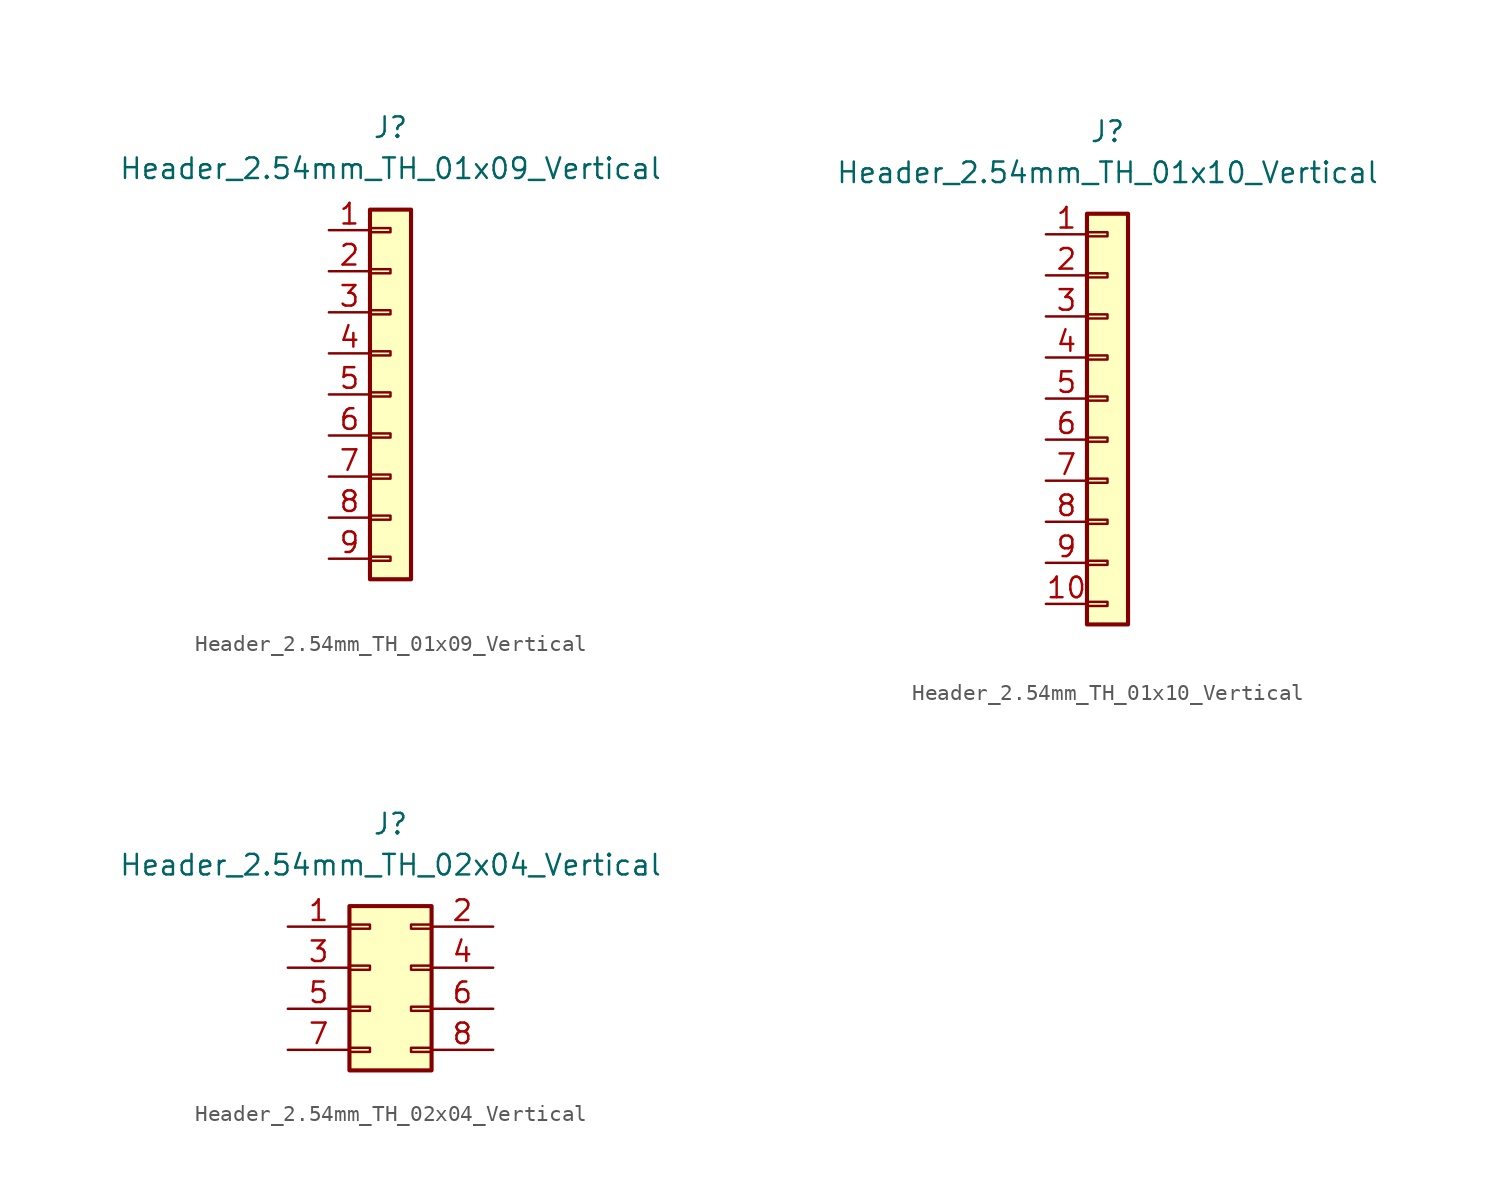
<source format=kicad_sym>
(kicad_symbol_lib
  (version 20211014)
  (generator kicad_symbol_editor)
  (symbol "Header_2.54mm_TH_01x09_Vertical"
    (pin_names
      (offset 1.27) hide)
    (property "Reference" "J"
      (at 0 16.51 0)
      (effects (font (size 1.27 1.27))))
    (property "Value" "Header_2.54mm_TH_01x09_Vertical"
      (at 0 13.97 0)
      (effects (font (size 1.27 1.27))))
    (symbol "Header_2.54mm_TH_01x09_Vertical_1_1"
      (rectangle (start -1.27 -10.033) (end 0 -10.287) (stroke (width 0.152) (type default) (color 0 0 0 0)) (fill (type none)))
      (rectangle (start -1.27 -7.493) (end 0 -7.747) (stroke (width 0.152) (type default) (color 0 0 0 0)) (fill (type none)))
      (rectangle (start -1.27 -4.953) (end 0 -5.207) (stroke (width 0.152) (type default) (color 0 0 0 0)) (fill (type none)))
      (rectangle (start -1.27 -2.413) (end 0 -2.667) (stroke (width 0.152) (type default) (color 0 0 0 0)) (fill (type none)))
      (rectangle (start -1.27 0.127) (end 0 -0.127) (stroke (width 0.152) (type default) (color 0 0 0 0)) (fill (type none)))
      (rectangle (start -1.27 2.667) (end 0 2.413) (stroke (width 0.152) (type default) (color 0 0 0 0)) (fill (type none)))
      (rectangle (start -1.27 5.207) (end 0 4.953) (stroke (width 0.152) (type default) (color 0 0 0 0)) (fill (type none)))
      (rectangle (start -1.27 7.747) (end 0 7.493) (stroke (width 0.152) (type default) (color 0 0 0 0)) (fill (type none)))
      (rectangle (start -1.27 10.287) (end 0 10.033) (stroke (width 0.152) (type default) (color 0 0 0 0)) (fill (type none)))
      (rectangle (start -1.27 11.43) (end 1.27 -11.43) (stroke (width 0.254) (type default) (color 0 0 0 0)) (fill (type background)))
      (pin passive line (at -3.81 10.16 0) (length 2.54) (name "Pin_1" (effects (font (size 1.27 1.27)))) (number "1" (effects (font (size 1.27 1.27)))))
      (pin passive line (at -3.81 7.62 0) (length 2.54) (name "Pin_2" (effects (font (size 1.27 1.27)))) (number "2" (effects (font (size 1.27 1.27)))))
      (pin passive line (at -3.81 5.08 0) (length 2.54) (name "Pin_3" (effects (font (size 1.27 1.27)))) (number "3" (effects (font (size 1.27 1.27)))))
      (pin passive line (at -3.81 2.54 0) (length 2.54) (name "Pin_4" (effects (font (size 1.27 1.27)))) (number "4" (effects (font (size 1.27 1.27)))))
      (pin passive line (at -3.81 0 0) (length 2.54) (name "Pin_5" (effects (font (size 1.27 1.27)))) (number "5" (effects (font (size 1.27 1.27)))))
      (pin passive line (at -3.81 -2.54 0) (length 2.54) (name "Pin_6" (effects (font (size 1.27 1.27)))) (number "6" (effects (font (size 1.27 1.27)))))
      (pin passive line (at -3.81 -5.08 0) (length 2.54) (name "Pin_7" (effects (font (size 1.27 1.27)))) (number "7" (effects (font (size 1.27 1.27)))))
      (pin passive line (at -3.81 -7.62 0) (length 2.54) (name "Pin_8" (effects (font (size 1.27 1.27)))) (number "8" (effects (font (size 1.27 1.27)))))
      (pin passive line (at -3.81 -10.16 0) (length 2.54) (name "Pin_9" (effects (font (size 1.27 1.27)))) (number "9" (effects (font (size 1.27 1.27)))))))
  (symbol "Header_2.54mm_TH_01x10_Vertical"
    (pin_names
      (offset 1.27) hide)
    (property "Reference" "J"
      (at 0 17.78 0)
      (effects (font (size 1.27 1.27))))
    (property "Value" "Header_2.54mm_TH_01x10_Vertical"
      (at 0 15.24 0)
      (effects (font (size 1.27 1.27))))
    (symbol "Header_2.54mm_TH_01x10_Vertical_1_1"
      (rectangle (start -1.27 -11.303) (end 0 -11.557) (stroke (width 0.152) (type default) (color 0 0 0 0)) (fill (type none)))
      (rectangle (start -1.27 -8.763) (end 0 -9.017) (stroke (width 0.152) (type default) (color 0 0 0 0)) (fill (type none)))
      (rectangle (start -1.27 -6.223) (end 0 -6.477) (stroke (width 0.152) (type default) (color 0 0 0 0)) (fill (type none)))
      (rectangle (start -1.27 -3.683) (end 0 -3.937) (stroke (width 0.152) (type default) (color 0 0 0 0)) (fill (type none)))
      (rectangle (start -1.27 -1.143) (end 0 -1.397) (stroke (width 0.152) (type default) (color 0 0 0 0)) (fill (type none)))
      (rectangle (start -1.27 1.397) (end 0 1.143) (stroke (width 0.152) (type default) (color 0 0 0 0)) (fill (type none)))
      (rectangle (start -1.27 3.937) (end 0 3.683) (stroke (width 0.152) (type default) (color 0 0 0 0)) (fill (type none)))
      (rectangle (start -1.27 6.477) (end 0 6.223) (stroke (width 0.152) (type default) (color 0 0 0 0)) (fill (type none)))
      (rectangle (start -1.27 9.017) (end 0 8.763) (stroke (width 0.152) (type default) (color 0 0 0 0)) (fill (type none)))
      (rectangle (start -1.27 11.557) (end 0 11.303) (stroke (width 0.152) (type default) (color 0 0 0 0)) (fill (type none)))
      (rectangle (start -1.27 12.7) (end 1.27 -12.7) (stroke (width 0.254) (type default) (color 0 0 0 0)) (fill (type background)))
      (pin passive line (at -3.81 11.43 0) (length 2.54) (name "Pin_1" (effects (font (size 1.27 1.27)))) (number "1" (effects (font (size 1.27 1.27)))))
      (pin passive line (at -3.81 -11.43 0) (length 2.54) (name "Pin_10" (effects (font (size 1.27 1.27)))) (number "10" (effects (font (size 1.27 1.27)))))
      (pin passive line (at -3.81 8.89 0) (length 2.54) (name "Pin_2" (effects (font (size 1.27 1.27)))) (number "2" (effects (font (size 1.27 1.27)))))
      (pin passive line (at -3.81 6.35 0) (length 2.54) (name "Pin_3" (effects (font (size 1.27 1.27)))) (number "3" (effects (font (size 1.27 1.27)))))
      (pin passive line (at -3.81 3.81 0) (length 2.54) (name "Pin_4" (effects (font (size 1.27 1.27)))) (number "4" (effects (font (size 1.27 1.27)))))
      (pin passive line (at -3.81 1.27 0) (length 2.54) (name "Pin_5" (effects (font (size 1.27 1.27)))) (number "5" (effects (font (size 1.27 1.27)))))
      (pin passive line (at -3.81 -1.27 0) (length 2.54) (name "Pin_6" (effects (font (size 1.27 1.27)))) (number "6" (effects (font (size 1.27 1.27)))))
      (pin passive line (at -3.81 -3.81 0) (length 2.54) (name "Pin_7" (effects (font (size 1.27 1.27)))) (number "7" (effects (font (size 1.27 1.27)))))
      (pin passive line (at -3.81 -6.35 0) (length 2.54) (name "Pin_8" (effects (font (size 1.27 1.27)))) (number "8" (effects (font (size 1.27 1.27)))))
      (pin passive line (at -3.81 -8.89 0) (length 2.54) (name "Pin_9" (effects (font (size 1.27 1.27)))) (number "9" (effects (font (size 1.27 1.27)))))))
  (symbol "Header_2.54mm_TH_02x04_Vertical"
    (pin_names
      (offset 1.27) hide)
    (property "Reference" "J"
      (at 0 10.16 0)
      (effects (font (size 1.27 1.27))))
    (property "Value" "Header_2.54mm_TH_02x04_Vertical"
      (at 0 7.62 0)
      (effects (font (size 1.27 1.27))))
    (symbol "Header_2.54mm_TH_02x04_Vertical_1_1"
      (rectangle (start -2.54 -3.683) (end -1.27 -3.937) (stroke (width 0.152) (type default) (color 0 0 0 0)) (fill (type none)))
      (rectangle (start -2.54 -1.143) (end -1.27 -1.397) (stroke (width 0.152) (type default) (color 0 0 0 0)) (fill (type none)))
      (rectangle (start -2.54 1.397) (end -1.27 1.143) (stroke (width 0.152) (type default) (color 0 0 0 0)) (fill (type none)))
      (rectangle (start -2.54 3.937) (end -1.27 3.683) (stroke (width 0.152) (type default) (color 0 0 0 0)) (fill (type none)))
      (rectangle (start -2.54 5.08) (end 2.54 -5.08) (stroke (width 0.254) (type default) (color 0 0 0 0)) (fill (type background)))
      (rectangle (start 2.54 -3.683) (end 1.27 -3.937) (stroke (width 0.152) (type default) (color 0 0 0 0)) (fill (type none)))
      (rectangle (start 2.54 -1.143) (end 1.27 -1.397) (stroke (width 0.152) (type default) (color 0 0 0 0)) (fill (type none)))
      (rectangle (start 2.54 1.397) (end 1.27 1.143) (stroke (width 0.152) (type default) (color 0 0 0 0)) (fill (type none)))
      (rectangle (start 2.54 3.937) (end 1.27 3.683) (stroke (width 0.152) (type default) (color 0 0 0 0)) (fill (type none)))
      (pin passive line (at -6.35 3.81 0) (length 3.81) (name "Pin_1" (effects (font (size 1.27 1.27)))) (number "1" (effects (font (size 1.27 1.27)))))
      (pin passive line (at 6.35 3.81 180) (length 3.81) (name "Pin_2" (effects (font (size 1.27 1.27)))) (number "2" (effects (font (size 1.27 1.27)))))
      (pin passive line (at -6.35 1.27 0) (length 3.81) (name "Pin_3" (effects (font (size 1.27 1.27)))) (number "3" (effects (font (size 1.27 1.27)))))
      (pin passive line (at 6.35 1.27 180) (length 3.81) (name "Pin_4" (effects (font (size 1.27 1.27)))) (number "4" (effects (font (size 1.27 1.27)))))
      (pin passive line (at -6.35 -1.27 0) (length 3.81) (name "Pin_5" (effects (font (size 1.27 1.27)))) (number "5" (effects (font (size 1.27 1.27)))))
      (pin passive line (at 6.35 -1.27 180) (length 3.81) (name "Pin_6" (effects (font (size 1.27 1.27)))) (number "6" (effects (font (size 1.27 1.27)))))
      (pin passive line (at -6.35 -3.81 0) (length 3.81) (name "Pin_7" (effects (font (size 1.27 1.27)))) (number "7" (effects (font (size 1.27 1.27)))))
      (pin passive line (at 6.35 -3.81 180) (length 3.81) (name "Pin_8" (effects (font (size 1.27 1.27)))) (number "8" (effects (font (size 1.27 1.27))))))))
</source>
